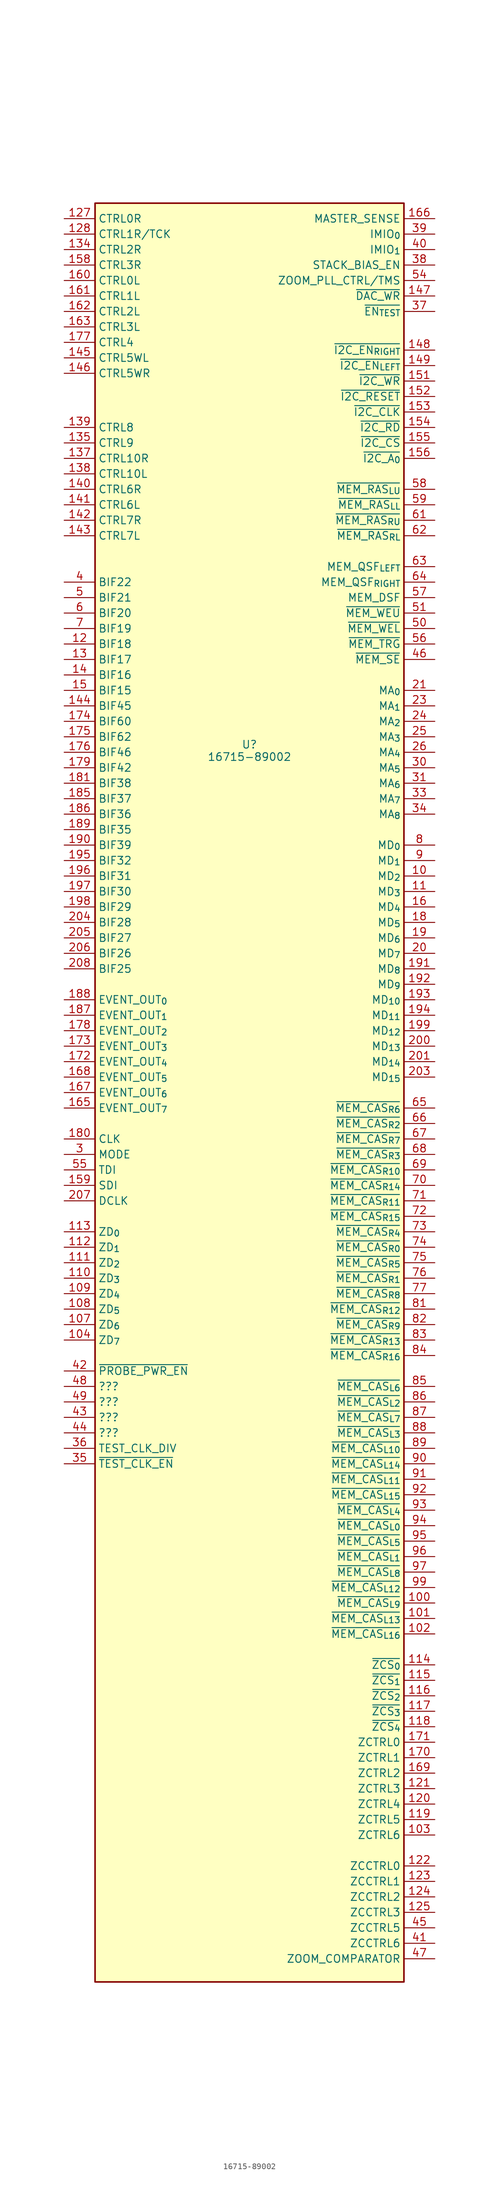
<source format=kicad_sym>
(kicad_symbol_lib
  (version 20231120)
  (generator "kicad_symbol_editor")
  (generator_version "8.0")
  (symbol "16715-89002"
    (property "Reference" "U"
      (at 0 0 0)
      (effects (font (size 1.27 1.27))))
    (property "Value" "16715-89002"
      (at 0 -2.032 0)
      (effects (font (size 1.27 1.27))))
    (symbol "16715-89002_1_1"
      (rectangle (start -25.4 88.9) (end 25.4 -203.2) (stroke (width 0.254) (type default)) (fill (type background)))
      (pin power_in line (at -30.48 -170.18 0) (length 5.08) hide (name "GND" (effects (font (size 1.27 1.27)))) (number "1" (effects (font (size 1.27 1.27)))))
      (pin bidirectional line (at 30.48 -21.59 180) (length 5.08) (name "MD_{2}" (effects (font (size 1.27 1.27)))) (number "10" (effects (font (size 1.27 1.27)))))
      (pin output line (at 30.48 -140.97 180) (length 5.08) (name "~{MEM_CAS_{L9}}" (effects (font (size 1.27 1.27)))) (number "100" (effects (font (size 1.27 1.27)))))
      (pin output line (at 30.48 -143.51 180) (length 5.08) (name "~{MEM_CAS_{L13}}" (effects (font (size 1.27 1.27)))) (number "101" (effects (font (size 1.27 1.27)))))
      (pin output line (at 30.48 -146.05 180) (length 5.08) (name "~{MEM_CAS_{L16}}" (effects (font (size 1.27 1.27)))) (number "102" (effects (font (size 1.27 1.27)))))
      (pin output line (at 30.48 -179.07 180) (length 5.08) (name "ZCTRL6" (effects (font (size 1.27 1.27)))) (number "103" (effects (font (size 1.27 1.27)))))
      (pin bidirectional line (at -30.48 -97.79 0) (length 5.08) (name "ZD_{7}" (effects (font (size 1.27 1.27)))) (number "104" (effects (font (size 1.27 1.27)))))
      (pin power_in line (at -30.48 -185.42 0) (length 5.08) hide (name "GND" (effects (font (size 1.27 1.27)))) (number "105" (effects (font (size 1.27 1.27)))))
      (pin power_in line (at -30.48 -144.78 0) (length 5.08) hide (name "+5V" (effects (font (size 1.27 1.27)))) (number "106" (effects (font (size 1.27 1.27)))))
      (pin bidirectional line (at -30.48 -95.25 0) (length 5.08) (name "ZD_{6}" (effects (font (size 1.27 1.27)))) (number "107" (effects (font (size 1.27 1.27)))))
      (pin bidirectional line (at -30.48 -92.71 0) (length 5.08) (name "ZD_{5}" (effects (font (size 1.27 1.27)))) (number "108" (effects (font (size 1.27 1.27)))))
      (pin bidirectional line (at -30.48 -90.17 0) (length 5.08) (name "ZD_{4}" (effects (font (size 1.27 1.27)))) (number "109" (effects (font (size 1.27 1.27)))))
      (pin bidirectional line (at 30.48 -24.13 180) (length 5.08) (name "MD_{3}" (effects (font (size 1.27 1.27)))) (number "11" (effects (font (size 1.27 1.27)))))
      (pin bidirectional line (at -30.48 -87.63 0) (length 5.08) (name "ZD_{3}" (effects (font (size 1.27 1.27)))) (number "110" (effects (font (size 1.27 1.27)))))
      (pin bidirectional line (at -30.48 -85.09 0) (length 5.08) (name "ZD_{2}" (effects (font (size 1.27 1.27)))) (number "111" (effects (font (size 1.27 1.27)))))
      (pin bidirectional line (at -30.48 -82.55 0) (length 5.08) (name "ZD_{1}" (effects (font (size 1.27 1.27)))) (number "112" (effects (font (size 1.27 1.27)))))
      (pin bidirectional line (at -30.48 -80.01 0) (length 5.08) (name "ZD_{0}" (effects (font (size 1.27 1.27)))) (number "113" (effects (font (size 1.27 1.27)))))
      (pin output line (at 30.48 -151.13 180) (length 5.08) (name "~{ZCS_{0}}" (effects (font (size 1.27 1.27)))) (number "114" (effects (font (size 1.27 1.27)))))
      (pin output line (at 30.48 -153.67 180) (length 5.08) (name "~{ZCS_{1}}" (effects (font (size 1.27 1.27)))) (number "115" (effects (font (size 1.27 1.27)))))
      (pin output line (at 30.48 -156.21 180) (length 5.08) (name "~{ZCS_{2}}" (effects (font (size 1.27 1.27)))) (number "116" (effects (font (size 1.27 1.27)))))
      (pin output line (at 30.48 -158.75 180) (length 5.08) (name "~{ZCS_{3}}" (effects (font (size 1.27 1.27)))) (number "117" (effects (font (size 1.27 1.27)))))
      (pin output line (at 30.48 -161.29 180) (length 5.08) (name "~{ZCS_{4}}" (effects (font (size 1.27 1.27)))) (number "118" (effects (font (size 1.27 1.27)))))
      (pin output line (at 30.48 -176.53 180) (length 5.08) (name "ZCTRL5" (effects (font (size 1.27 1.27)))) (number "119" (effects (font (size 1.27 1.27)))))
      (pin bidirectional line (at -30.48 16.51 0) (length 5.08) (name "BIF18" (effects (font (size 1.27 1.27)))) (number "12" (effects (font (size 1.27 1.27)))))
      (pin output line (at 30.48 -173.99 180) (length 5.08) (name "ZCTRL4" (effects (font (size 1.27 1.27)))) (number "120" (effects (font (size 1.27 1.27)))))
      (pin output line (at 30.48 -171.45 180) (length 5.08) (name "ZCTRL3" (effects (font (size 1.27 1.27)))) (number "121" (effects (font (size 1.27 1.27)))))
      (pin output line (at 30.48 -184.15 180) (length 5.08) (name "ZCCTRL0" (effects (font (size 1.27 1.27)))) (number "122" (effects (font (size 1.27 1.27)))))
      (pin output line (at 30.48 -186.69 180) (length 5.08) (name "ZCCTRL1" (effects (font (size 1.27 1.27)))) (number "123" (effects (font (size 1.27 1.27)))))
      (pin output line (at 30.48 -189.23 180) (length 5.08) (name "ZCCTRL2" (effects (font (size 1.27 1.27)))) (number "124" (effects (font (size 1.27 1.27)))))
      (pin output line (at 30.48 -191.77 180) (length 5.08) (name "ZCCTRL3" (effects (font (size 1.27 1.27)))) (number "125" (effects (font (size 1.27 1.27)))))
      (pin power_in line (at -30.48 -187.96 0) (length 5.08) hide (name "GND" (effects (font (size 1.27 1.27)))) (number "126" (effects (font (size 1.27 1.27)))))
      (pin passive line (at -30.48 86.36 0) (length 5.08) (name "CTRL0R" (effects (font (size 1.27 1.27)))) (number "127" (effects (font (size 1.27 1.27)))))
      (pin passive line (at -30.48 83.82 0) (length 5.08) (name "CTRL1R/TCK" (effects (font (size 1.27 1.27)))) (number "128" (effects (font (size 1.27 1.27)))))
      (pin power_in line (at -30.48 -190.5 0) (length 5.08) hide (name "GND" (effects (font (size 1.27 1.27)))) (number "129" (effects (font (size 1.27 1.27)))))
      (pin bidirectional line (at -30.48 13.97 0) (length 5.08) (name "BIF17" (effects (font (size 1.27 1.27)))) (number "13" (effects (font (size 1.27 1.27)))))
      (pin power_in line (at -30.48 -147.32 0) (length 5.08) hide (name "+5V" (effects (font (size 1.27 1.27)))) (number "130" (effects (font (size 1.27 1.27)))))
      (pin power_in line (at -30.48 -193.04 0) (length 5.08) hide (name "GND" (effects (font (size 1.27 1.27)))) (number "131" (effects (font (size 1.27 1.27)))))
      (pin power_in line (at -30.48 -149.86 0) (length 5.08) hide (name "+5V" (effects (font (size 1.27 1.27)))) (number "132" (effects (font (size 1.27 1.27)))))
      (pin power_in line (at -30.48 -152.4 0) (length 5.08) hide (name "+5V" (effects (font (size 1.27 1.27)))) (number "133" (effects (font (size 1.27 1.27)))))
      (pin passive line (at -30.48 81.28 0) (length 5.08) (name "CTRL2R" (effects (font (size 1.27 1.27)))) (number "134" (effects (font (size 1.27 1.27)))))
      (pin output line (at -30.48 49.53 0) (length 5.08) (name "CTRL9" (effects (font (size 1.27 1.27)))) (number "135" (effects (font (size 1.27 1.27)))))
      (pin power_in line (at -30.48 -154.94 0) (length 5.08) hide (name "+5V" (effects (font (size 1.27 1.27)))) (number "136" (effects (font (size 1.27 1.27)))))
      (pin output line (at -30.48 46.99 0) (length 5.08) (name "CTRL10R" (effects (font (size 1.27 1.27)))) (number "137" (effects (font (size 1.27 1.27)))))
      (pin output line (at -30.48 44.45 0) (length 5.08) (name "CTRL10L" (effects (font (size 1.27 1.27)))) (number "138" (effects (font (size 1.27 1.27)))))
      (pin output line (at -30.48 52.07 0) (length 5.08) (name "CTRL8" (effects (font (size 1.27 1.27)))) (number "139" (effects (font (size 1.27 1.27)))))
      (pin bidirectional line (at -30.48 11.43 0) (length 5.08) (name "BIF16" (effects (font (size 1.27 1.27)))) (number "14" (effects (font (size 1.27 1.27)))))
      (pin output line (at -30.48 41.91 0) (length 5.08) (name "CTRL6R" (effects (font (size 1.27 1.27)))) (number "140" (effects (font (size 1.27 1.27)))))
      (pin output line (at -30.48 39.37 0) (length 5.08) (name "CTRL6L" (effects (font (size 1.27 1.27)))) (number "141" (effects (font (size 1.27 1.27)))))
      (pin output line (at -30.48 36.83 0) (length 5.08) (name "CTRL7R" (effects (font (size 1.27 1.27)))) (number "142" (effects (font (size 1.27 1.27)))))
      (pin output line (at -30.48 34.29 0) (length 5.08) (name "CTRL7L" (effects (font (size 1.27 1.27)))) (number "143" (effects (font (size 1.27 1.27)))))
      (pin bidirectional line (at -30.48 6.35 0) (length 5.08) (name "BIF45" (effects (font (size 1.27 1.27)))) (number "144" (effects (font (size 1.27 1.27)))))
      (pin passive line (at -30.48 63.5 0) (length 5.08) (name "CTRL5WL" (effects (font (size 1.27 1.27)))) (number "145" (effects (font (size 1.27 1.27)))))
      (pin passive line (at -30.48 60.96 0) (length 5.08) (name "CTRL5WR" (effects (font (size 1.27 1.27)))) (number "146" (effects (font (size 1.27 1.27)))))
      (pin output line (at 30.48 73.66 180) (length 5.08) (name "~{DAC_WR}" (effects (font (size 1.27 1.27)))) (number "147" (effects (font (size 1.27 1.27)))))
      (pin output line (at 30.48 64.77 180) (length 5.08) (name "~{I2C_EN_{RIGHT}}" (effects (font (size 1.27 1.27)))) (number "148" (effects (font (size 1.27 1.27)))))
      (pin output line (at 30.48 62.23 180) (length 5.08) (name "~{I2C_EN_{LEFT}}" (effects (font (size 1.27 1.27)))) (number "149" (effects (font (size 1.27 1.27)))))
      (pin bidirectional line (at -30.48 8.89 0) (length 5.08) (name "BIF15" (effects (font (size 1.27 1.27)))) (number "15" (effects (font (size 1.27 1.27)))))
      (pin power_in line (at -30.48 -195.58 0) (length 5.08) hide (name "GND" (effects (font (size 1.27 1.27)))) (number "150" (effects (font (size 1.27 1.27)))))
      (pin output line (at 30.48 59.69 180) (length 5.08) (name "~{I2C_WR}" (effects (font (size 1.27 1.27)))) (number "151" (effects (font (size 1.27 1.27)))))
      (pin open_collector line (at 30.48 57.15 180) (length 5.08) (name "~{I2C_RESET}" (effects (font (size 1.27 1.27)))) (number "152" (effects (font (size 1.27 1.27)))))
      (pin output line (at 30.48 54.61 180) (length 5.08) (name "~{I2C_CLK}" (effects (font (size 1.27 1.27)))) (number "153" (effects (font (size 1.27 1.27)))))
      (pin output line (at 30.48 52.07 180) (length 5.08) (name "~{I2C_RD}" (effects (font (size 1.27 1.27)))) (number "154" (effects (font (size 1.27 1.27)))))
      (pin output line (at 30.48 49.53 180) (length 5.08) (name "~{I2C_CS}" (effects (font (size 1.27 1.27)))) (number "155" (effects (font (size 1.27 1.27)))))
      (pin output line (at 30.48 46.99 180) (length 5.08) (name "~{I2C_A_{0}}" (effects (font (size 1.27 1.27)))) (number "156" (effects (font (size 1.27 1.27)))))
      (pin power_in line (at -30.48 -198.12 0) (length 5.08) hide (name "GND" (effects (font (size 1.27 1.27)))) (number "157" (effects (font (size 1.27 1.27)))))
      (pin passive line (at -30.48 78.74 0) (length 5.08) (name "CTRL3R" (effects (font (size 1.27 1.27)))) (number "158" (effects (font (size 1.27 1.27)))))
      (pin passive line (at -30.48 -72.39 0) (length 5.08) (name "SDI" (effects (font (size 1.27 1.27)))) (number "159" (effects (font (size 1.27 1.27)))))
      (pin bidirectional line (at 30.48 -26.67 180) (length 5.08) (name "MD_{4}" (effects (font (size 1.27 1.27)))) (number "16" (effects (font (size 1.27 1.27)))))
      (pin passive line (at -30.48 76.2 0) (length 5.08) (name "CTRL0L" (effects (font (size 1.27 1.27)))) (number "160" (effects (font (size 1.27 1.27)))))
      (pin passive line (at -30.48 73.66 0) (length 5.08) (name "CTRL1L" (effects (font (size 1.27 1.27)))) (number "161" (effects (font (size 1.27 1.27)))))
      (pin passive line (at -30.48 71.12 0) (length 5.08) (name "CTRL2L" (effects (font (size 1.27 1.27)))) (number "162" (effects (font (size 1.27 1.27)))))
      (pin passive line (at -30.48 68.58 0) (length 5.08) (name "CTRL3L" (effects (font (size 1.27 1.27)))) (number "163" (effects (font (size 1.27 1.27)))))
      (pin power_in line (at -30.48 -157.48 0) (length 5.08) hide (name "+5V" (effects (font (size 1.27 1.27)))) (number "164" (effects (font (size 1.27 1.27)))))
      (pin output line (at -30.48 -59.69 0) (length 5.08) (name "EVENT_OUT_{7}" (effects (font (size 1.27 1.27)))) (number "165" (effects (font (size 1.27 1.27)))))
      (pin input line (at 30.48 86.36 180) (length 5.08) (name "MASTER_SENSE" (effects (font (size 1.27 1.27)))) (number "166" (effects (font (size 1.27 1.27)))))
      (pin output line (at -30.48 -57.15 0) (length 5.08) (name "EVENT_OUT_{6}" (effects (font (size 1.27 1.27)))) (number "167" (effects (font (size 1.27 1.27)))))
      (pin output line (at -30.48 -54.61 0) (length 5.08) (name "EVENT_OUT_{5}" (effects (font (size 1.27 1.27)))) (number "168" (effects (font (size 1.27 1.27)))))
      (pin output line (at 30.48 -168.91 180) (length 5.08) (name "ZCTRL2" (effects (font (size 1.27 1.27)))) (number "169" (effects (font (size 1.27 1.27)))))
      (pin power_in line (at -30.48 -124.46 0) (length 5.08) hide (name "+5V" (effects (font (size 1.27 1.27)))) (number "17" (effects (font (size 1.27 1.27)))))
      (pin output line (at 30.48 -166.37 180) (length 5.08) (name "ZCTRL1" (effects (font (size 1.27 1.27)))) (number "170" (effects (font (size 1.27 1.27)))))
      (pin output line (at 30.48 -163.83 180) (length 5.08) (name "ZCTRL0" (effects (font (size 1.27 1.27)))) (number "171" (effects (font (size 1.27 1.27)))))
      (pin output line (at -30.48 -52.07 0) (length 5.08) (name "EVENT_OUT_{4}" (effects (font (size 1.27 1.27)))) (number "172" (effects (font (size 1.27 1.27)))))
      (pin output line (at -30.48 -49.53 0) (length 5.08) (name "EVENT_OUT_{3}" (effects (font (size 1.27 1.27)))) (number "173" (effects (font (size 1.27 1.27)))))
      (pin bidirectional line (at -30.48 3.81 0) (length 5.08) (name "BIF60" (effects (font (size 1.27 1.27)))) (number "174" (effects (font (size 1.27 1.27)))))
      (pin bidirectional line (at -30.48 1.27 0) (length 5.08) (name "BIF62" (effects (font (size 1.27 1.27)))) (number "175" (effects (font (size 1.27 1.27)))))
      (pin bidirectional line (at -30.48 -1.27 0) (length 5.08) (name "BIF46" (effects (font (size 1.27 1.27)))) (number "176" (effects (font (size 1.27 1.27)))))
      (pin output line (at -30.48 66.04 0) (length 5.08) (name "CTRL4" (effects (font (size 1.27 1.27)))) (number "177" (effects (font (size 1.27 1.27)))))
      (pin output line (at -30.48 -46.99 0) (length 5.08) (name "EVENT_OUT_{2}" (effects (font (size 1.27 1.27)))) (number "178" (effects (font (size 1.27 1.27)))))
      (pin bidirectional line (at -30.48 -3.81 0) (length 5.08) (name "BIF42" (effects (font (size 1.27 1.27)))) (number "179" (effects (font (size 1.27 1.27)))))
      (pin bidirectional line (at 30.48 -29.21 180) (length 5.08) (name "MD_{5}" (effects (font (size 1.27 1.27)))) (number "18" (effects (font (size 1.27 1.27)))))
      (pin input line (at -30.48 -64.77 0) (length 5.08) (name "CLK" (effects (font (size 1.27 1.27)))) (number "180" (effects (font (size 1.27 1.27)))))
      (pin bidirectional line (at -30.48 -6.35 0) (length 5.08) (name "BIF38" (effects (font (size 1.27 1.27)))) (number "181" (effects (font (size 1.27 1.27)))))
      (pin power_in line (at -30.48 -160.02 0) (length 5.08) hide (name "+5V" (effects (font (size 1.27 1.27)))) (number "182" (effects (font (size 1.27 1.27)))))
      (pin power_in line (at -30.48 -162.56 0) (length 5.08) hide (name "+5V" (effects (font (size 1.27 1.27)))) (number "183" (effects (font (size 1.27 1.27)))))
      (pin power_in line (at -30.48 -200.66 0) (length 5.08) hide (name "GND" (effects (font (size 1.27 1.27)))) (number "184" (effects (font (size 1.27 1.27)))))
      (pin bidirectional line (at -30.48 -8.89 0) (length 5.08) (name "BIF37" (effects (font (size 1.27 1.27)))) (number "185" (effects (font (size 1.27 1.27)))))
      (pin bidirectional line (at -30.48 -11.43 0) (length 5.08) (name "BIF36" (effects (font (size 1.27 1.27)))) (number "186" (effects (font (size 1.27 1.27)))))
      (pin output line (at -30.48 -44.45 0) (length 5.08) (name "EVENT_OUT_{1}" (effects (font (size 1.27 1.27)))) (number "187" (effects (font (size 1.27 1.27)))))
      (pin output line (at -30.48 -41.91 0) (length 5.08) (name "EVENT_OUT_{0}" (effects (font (size 1.27 1.27)))) (number "188" (effects (font (size 1.27 1.27)))))
      (pin bidirectional line (at -30.48 -13.97 0) (length 5.08) (name "BIF35" (effects (font (size 1.27 1.27)))) (number "189" (effects (font (size 1.27 1.27)))))
      (pin bidirectional line (at 30.48 -31.75 180) (length 5.08) (name "MD_{6}" (effects (font (size 1.27 1.27)))) (number "19" (effects (font (size 1.27 1.27)))))
      (pin bidirectional line (at -30.48 -16.51 0) (length 5.08) (name "BIF39" (effects (font (size 1.27 1.27)))) (number "190" (effects (font (size 1.27 1.27)))))
      (pin bidirectional line (at 30.48 -36.83 180) (length 5.08) (name "MD_{8}" (effects (font (size 1.27 1.27)))) (number "191" (effects (font (size 1.27 1.27)))))
      (pin bidirectional line (at 30.48 -39.37 180) (length 5.08) (name "MD_{9}" (effects (font (size 1.27 1.27)))) (number "192" (effects (font (size 1.27 1.27)))))
      (pin bidirectional line (at 30.48 -41.91 180) (length 5.08) (name "MD_{10}" (effects (font (size 1.27 1.27)))) (number "193" (effects (font (size 1.27 1.27)))))
      (pin bidirectional line (at 30.48 -44.45 180) (length 5.08) (name "MD_{11}" (effects (font (size 1.27 1.27)))) (number "194" (effects (font (size 1.27 1.27)))))
      (pin bidirectional line (at -30.48 -19.05 0) (length 5.08) (name "BIF32" (effects (font (size 1.27 1.27)))) (number "195" (effects (font (size 1.27 1.27)))))
      (pin bidirectional line (at -30.48 -21.59 0) (length 5.08) (name "BIF31" (effects (font (size 1.27 1.27)))) (number "196" (effects (font (size 1.27 1.27)))))
      (pin bidirectional line (at -30.48 -24.13 0) (length 5.08) (name "BIF30" (effects (font (size 1.27 1.27)))) (number "197" (effects (font (size 1.27 1.27)))))
      (pin bidirectional line (at -30.48 -26.67 0) (length 5.08) (name "BIF29" (effects (font (size 1.27 1.27)))) (number "198" (effects (font (size 1.27 1.27)))))
      (pin bidirectional line (at 30.48 -46.99 180) (length 5.08) (name "MD_{12}" (effects (font (size 1.27 1.27)))) (number "199" (effects (font (size 1.27 1.27)))))
      (pin power_in line (at -30.48 -121.92 0) (length 5.08) hide (name "+5V" (effects (font (size 1.27 1.27)))) (number "2" (effects (font (size 1.27 1.27)))))
      (pin bidirectional line (at 30.48 -34.29 180) (length 5.08) (name "MD_{7}" (effects (font (size 1.27 1.27)))) (number "20" (effects (font (size 1.27 1.27)))))
      (pin bidirectional line (at 30.48 -49.53 180) (length 5.08) (name "MD_{13}" (effects (font (size 1.27 1.27)))) (number "200" (effects (font (size 1.27 1.27)))))
      (pin bidirectional line (at 30.48 -52.07 180) (length 5.08) (name "MD_{14}" (effects (font (size 1.27 1.27)))) (number "201" (effects (font (size 1.27 1.27)))))
      (pin power_in line (at -30.48 -165.1 0) (length 5.08) hide (name "+5V" (effects (font (size 1.27 1.27)))) (number "202" (effects (font (size 1.27 1.27)))))
      (pin bidirectional line (at 30.48 -54.61 180) (length 5.08) (name "MD_{15}" (effects (font (size 1.27 1.27)))) (number "203" (effects (font (size 1.27 1.27)))))
      (pin bidirectional line (at -30.48 -29.21 0) (length 5.08) (name "BIF28" (effects (font (size 1.27 1.27)))) (number "204" (effects (font (size 1.27 1.27)))))
      (pin bidirectional line (at -30.48 -31.75 0) (length 5.08) (name "BIF27" (effects (font (size 1.27 1.27)))) (number "205" (effects (font (size 1.27 1.27)))))
      (pin bidirectional line (at -30.48 -34.29 0) (length 5.08) (name "BIF26" (effects (font (size 1.27 1.27)))) (number "206" (effects (font (size 1.27 1.27)))))
      (pin passive line (at -30.48 -74.93 0) (length 5.08) (name "DCLK" (effects (font (size 1.27 1.27)))) (number "207" (effects (font (size 1.27 1.27)))))
      (pin bidirectional line (at -30.48 -36.83 0) (length 5.08) (name "BIF25" (effects (font (size 1.27 1.27)))) (number "208" (effects (font (size 1.27 1.27)))))
      (pin output line (at 30.48 8.89 180) (length 5.08) (name "MA_{0}" (effects (font (size 1.27 1.27)))) (number "21" (effects (font (size 1.27 1.27)))))
      (pin power_in line (at -30.48 -172.72 0) (length 5.08) hide (name "GND" (effects (font (size 1.27 1.27)))) (number "22" (effects (font (size 1.27 1.27)))))
      (pin output line (at 30.48 6.35 180) (length 5.08) (name "MA_{1}" (effects (font (size 1.27 1.27)))) (number "23" (effects (font (size 1.27 1.27)))))
      (pin output line (at 30.48 3.81 180) (length 5.08) (name "MA_{2}" (effects (font (size 1.27 1.27)))) (number "24" (effects (font (size 1.27 1.27)))))
      (pin output line (at 30.48 1.27 180) (length 5.08) (name "MA_{3}" (effects (font (size 1.27 1.27)))) (number "25" (effects (font (size 1.27 1.27)))))
      (pin output line (at 30.48 -1.27 180) (length 5.08) (name "MA_{4}" (effects (font (size 1.27 1.27)))) (number "26" (effects (font (size 1.27 1.27)))))
      (pin power_in line (at -30.48 -175.26 0) (length 5.08) hide (name "GND" (effects (font (size 1.27 1.27)))) (number "27" (effects (font (size 1.27 1.27)))))
      (pin power_in line (at -30.48 -127 0) (length 5.08) hide (name "+5V" (effects (font (size 1.27 1.27)))) (number "28" (effects (font (size 1.27 1.27)))))
      (pin power_in line (at -30.48 -129.54 0) (length 5.08) hide (name "+5V" (effects (font (size 1.27 1.27)))) (number "29" (effects (font (size 1.27 1.27)))))
      (pin input line (at -30.48 -67.31 0) (length 5.08) (name "MODE" (effects (font (size 1.27 1.27)))) (number "3" (effects (font (size 1.27 1.27)))))
      (pin output line (at 30.48 -3.81 180) (length 5.08) (name "MA_{5}" (effects (font (size 1.27 1.27)))) (number "30" (effects (font (size 1.27 1.27)))))
      (pin output line (at 30.48 -6.35 180) (length 5.08) (name "MA_{6}" (effects (font (size 1.27 1.27)))) (number "31" (effects (font (size 1.27 1.27)))))
      (pin power_in line (at -30.48 -132.08 0) (length 5.08) hide (name "+5V" (effects (font (size 1.27 1.27)))) (number "32" (effects (font (size 1.27 1.27)))))
      (pin output line (at 30.48 -8.89 180) (length 5.08) (name "MA_{7}" (effects (font (size 1.27 1.27)))) (number "33" (effects (font (size 1.27 1.27)))))
      (pin output line (at 30.48 -11.43 180) (length 5.08) (name "MA_{8}" (effects (font (size 1.27 1.27)))) (number "34" (effects (font (size 1.27 1.27)))))
      (pin output line (at -30.48 -118.11 0) (length 5.08) (name "~{TEST_CLK_EN}" (effects (font (size 1.27 1.27)))) (number "35" (effects (font (size 1.27 1.27)))))
      (pin output line (at -30.48 -115.57 0) (length 5.08) (name "TEST_CLK_DIV" (effects (font (size 1.27 1.27)))) (number "36" (effects (font (size 1.27 1.27)))))
      (pin output line (at 30.48 71.12 180) (length 5.08) (name "~{EN_{TEST}}" (effects (font (size 1.27 1.27)))) (number "37" (effects (font (size 1.27 1.27)))))
      (pin output line (at 30.48 78.74 180) (length 5.08) (name "STACK_BIAS_EN" (effects (font (size 1.27 1.27)))) (number "38" (effects (font (size 1.27 1.27)))))
      (pin bidirectional line (at 30.48 83.82 180) (length 5.08) (name "IMIO_{0}" (effects (font (size 1.27 1.27)))) (number "39" (effects (font (size 1.27 1.27)))))
      (pin bidirectional line (at -30.48 26.67 0) (length 5.08) (name "BIF22" (effects (font (size 1.27 1.27)))) (number "4" (effects (font (size 1.27 1.27)))))
      (pin bidirectional line (at 30.48 81.28 180) (length 5.08) (name "IMIO_{1}" (effects (font (size 1.27 1.27)))) (number "40" (effects (font (size 1.27 1.27)))))
      (pin output line (at 30.48 -196.85 180) (length 5.08) (name "ZCCTRL6" (effects (font (size 1.27 1.27)))) (number "41" (effects (font (size 1.27 1.27)))))
      (pin output line (at -30.48 -102.87 0) (length 5.08) (name "~{PROBE_PWR_EN}" (effects (font (size 1.27 1.27)))) (number "42" (effects (font (size 1.27 1.27)))))
      (pin passive line (at -30.48 -110.49 0) (length 5.08) (name "???" (effects (font (size 1.27 1.27)))) (number "43" (effects (font (size 1.27 1.27)))))
      (pin passive line (at -30.48 -113.03 0) (length 5.08) (name "???" (effects (font (size 1.27 1.27)))) (number "44" (effects (font (size 1.27 1.27)))))
      (pin output line (at 30.48 -194.31 180) (length 5.08) (name "ZCCTRL5" (effects (font (size 1.27 1.27)))) (number "45" (effects (font (size 1.27 1.27)))))
      (pin output line (at 30.48 13.97 180) (length 5.08) (name "~{MEM_SE}" (effects (font (size 1.27 1.27)))) (number "46" (effects (font (size 1.27 1.27)))))
      (pin input line (at 30.48 -199.39 180) (length 5.08) (name "ZOOM_COMPARATOR" (effects (font (size 1.27 1.27)))) (number "47" (effects (font (size 1.27 1.27)))))
      (pin passive line (at -30.48 -105.41 0) (length 5.08) (name "???" (effects (font (size 1.27 1.27)))) (number "48" (effects (font (size 1.27 1.27)))))
      (pin passive line (at -30.48 -107.95 0) (length 5.08) (name "???" (effects (font (size 1.27 1.27)))) (number "49" (effects (font (size 1.27 1.27)))))
      (pin bidirectional line (at -30.48 24.13 0) (length 5.08) (name "BIF21" (effects (font (size 1.27 1.27)))) (number "5" (effects (font (size 1.27 1.27)))))
      (pin output line (at 30.48 19.05 180) (length 5.08) (name "~{MEM_WEL}" (effects (font (size 1.27 1.27)))) (number "50" (effects (font (size 1.27 1.27)))))
      (pin output line (at 30.48 21.59 180) (length 5.08) (name "~{MEM_WEU}" (effects (font (size 1.27 1.27)))) (number "51" (effects (font (size 1.27 1.27)))))
      (pin power_in line (at -30.48 -177.8 0) (length 5.08) hide (name "GND" (effects (font (size 1.27 1.27)))) (number "52" (effects (font (size 1.27 1.27)))))
      (pin power_in line (at -30.48 -180.34 0) (length 5.08) hide (name "GND" (effects (font (size 1.27 1.27)))) (number "53" (effects (font (size 1.27 1.27)))))
      (pin passive line (at 30.48 76.2 180) (length 5.08) (name "ZOOM_PLL_CTRL/TMS" (effects (font (size 1.27 1.27)))) (number "54" (effects (font (size 1.27 1.27)))))
      (pin input line (at -30.48 -69.85 0) (length 5.08) (name "TDI" (effects (font (size 1.27 1.27)))) (number "55" (effects (font (size 1.27 1.27)))))
      (pin output line (at 30.48 16.51 180) (length 5.08) (name "~{MEM_TRG}" (effects (font (size 1.27 1.27)))) (number "56" (effects (font (size 1.27 1.27)))))
      (pin output line (at 30.48 24.13 180) (length 5.08) (name "MEM_DSF" (effects (font (size 1.27 1.27)))) (number "57" (effects (font (size 1.27 1.27)))))
      (pin output line (at 30.48 41.91 180) (length 5.08) (name "~{MEM_RAS_{LU}}" (effects (font (size 1.27 1.27)))) (number "58" (effects (font (size 1.27 1.27)))))
      (pin output line (at 30.48 39.37 180) (length 5.08) (name "~{MEM_RAS_{LL}}" (effects (font (size 1.27 1.27)))) (number "59" (effects (font (size 1.27 1.27)))))
      (pin bidirectional line (at -30.48 21.59 0) (length 5.08) (name "BIF20" (effects (font (size 1.27 1.27)))) (number "6" (effects (font (size 1.27 1.27)))))
      (pin power_in line (at -30.48 -134.62 0) (length 5.08) hide (name "+5V" (effects (font (size 1.27 1.27)))) (number "60" (effects (font (size 1.27 1.27)))))
      (pin output line (at 30.48 36.83 180) (length 5.08) (name "~{MEM_RAS_{RU}}" (effects (font (size 1.27 1.27)))) (number "61" (effects (font (size 1.27 1.27)))))
      (pin output line (at 30.48 34.29 180) (length 5.08) (name "~{MEM_RAS_{RL}}" (effects (font (size 1.27 1.27)))) (number "62" (effects (font (size 1.27 1.27)))))
      (pin input line (at 30.48 29.21 180) (length 5.08) (name "MEM_QSF_{LEFT}" (effects (font (size 1.27 1.27)))) (number "63" (effects (font (size 1.27 1.27)))))
      (pin input line (at 30.48 26.67 180) (length 5.08) (name "MEM_QSF_{RIGHT}" (effects (font (size 1.27 1.27)))) (number "64" (effects (font (size 1.27 1.27)))))
      (pin output line (at 30.48 -59.69 180) (length 5.08) (name "~{MEM_CAS_{R6}}" (effects (font (size 1.27 1.27)))) (number "65" (effects (font (size 1.27 1.27)))))
      (pin output line (at 30.48 -62.23 180) (length 5.08) (name "~{MEM_CAS_{R2}}" (effects (font (size 1.27 1.27)))) (number "66" (effects (font (size 1.27 1.27)))))
      (pin output line (at 30.48 -64.77 180) (length 5.08) (name "~{MEM_CAS_{R7}}" (effects (font (size 1.27 1.27)))) (number "67" (effects (font (size 1.27 1.27)))))
      (pin output line (at 30.48 -67.31 180) (length 5.08) (name "~{MEM_CAS_{R3}}" (effects (font (size 1.27 1.27)))) (number "68" (effects (font (size 1.27 1.27)))))
      (pin output line (at 30.48 -69.85 180) (length 5.08) (name "~{MEM_CAS_{R10}}" (effects (font (size 1.27 1.27)))) (number "69" (effects (font (size 1.27 1.27)))))
      (pin bidirectional line (at -30.48 19.05 0) (length 5.08) (name "BIF19" (effects (font (size 1.27 1.27)))) (number "7" (effects (font (size 1.27 1.27)))))
      (pin output line (at 30.48 -72.39 180) (length 5.08) (name "~{MEM_CAS_{R14}}" (effects (font (size 1.27 1.27)))) (number "70" (effects (font (size 1.27 1.27)))))
      (pin output line (at 30.48 -74.93 180) (length 5.08) (name "~{MEM_CAS_{R11}}" (effects (font (size 1.27 1.27)))) (number "71" (effects (font (size 1.27 1.27)))))
      (pin output line (at 30.48 -77.47 180) (length 5.08) (name "~{MEM_CAS_{R15}}" (effects (font (size 1.27 1.27)))) (number "72" (effects (font (size 1.27 1.27)))))
      (pin output line (at 30.48 -80.01 180) (length 5.08) (name "~{MEM_CAS_{R4}}" (effects (font (size 1.27 1.27)))) (number "73" (effects (font (size 1.27 1.27)))))
      (pin output line (at 30.48 -82.55 180) (length 5.08) (name "~{MEM_CAS_{R0}}" (effects (font (size 1.27 1.27)))) (number "74" (effects (font (size 1.27 1.27)))))
      (pin output line (at 30.48 -85.09 180) (length 5.08) (name "~{MEM_CAS_{R5}}" (effects (font (size 1.27 1.27)))) (number "75" (effects (font (size 1.27 1.27)))))
      (pin output line (at 30.48 -87.63 180) (length 5.08) (name "~{MEM_CAS_{R1}}" (effects (font (size 1.27 1.27)))) (number "76" (effects (font (size 1.27 1.27)))))
      (pin output line (at 30.48 -90.17 180) (length 5.08) (name "~{MEM_CAS_{R8}}" (effects (font (size 1.27 1.27)))) (number "77" (effects (font (size 1.27 1.27)))))
      (pin power_in line (at -30.48 -182.88 0) (length 5.08) hide (name "GND" (effects (font (size 1.27 1.27)))) (number "78" (effects (font (size 1.27 1.27)))))
      (pin power_in line (at -30.48 -137.16 0) (length 5.08) hide (name "+5V" (effects (font (size 1.27 1.27)))) (number "79" (effects (font (size 1.27 1.27)))))
      (pin bidirectional line (at 30.48 -16.51 180) (length 5.08) (name "MD_{0}" (effects (font (size 1.27 1.27)))) (number "8" (effects (font (size 1.27 1.27)))))
      (pin power_in line (at -30.48 -139.7 0) (length 5.08) hide (name "+5V" (effects (font (size 1.27 1.27)))) (number "80" (effects (font (size 1.27 1.27)))))
      (pin output line (at 30.48 -92.71 180) (length 5.08) (name "~{MEM_CAS_{R12}}" (effects (font (size 1.27 1.27)))) (number "81" (effects (font (size 1.27 1.27)))))
      (pin output line (at 30.48 -95.25 180) (length 5.08) (name "~{MEM_CAS_{R9}}" (effects (font (size 1.27 1.27)))) (number "82" (effects (font (size 1.27 1.27)))))
      (pin output line (at 30.48 -97.79 180) (length 5.08) (name "~{MEM_CAS_{R13}}" (effects (font (size 1.27 1.27)))) (number "83" (effects (font (size 1.27 1.27)))))
      (pin output line (at 30.48 -100.33 180) (length 5.08) (name "~{MEM_CAS_{R16}}" (effects (font (size 1.27 1.27)))) (number "84" (effects (font (size 1.27 1.27)))))
      (pin output line (at 30.48 -105.41 180) (length 5.08) (name "~{MEM_CAS_{L6}}" (effects (font (size 1.27 1.27)))) (number "85" (effects (font (size 1.27 1.27)))))
      (pin output line (at 30.48 -107.95 180) (length 5.08) (name "~{MEM_CAS_{L2}}" (effects (font (size 1.27 1.27)))) (number "86" (effects (font (size 1.27 1.27)))))
      (pin output line (at 30.48 -110.49 180) (length 5.08) (name "~{MEM_CAS_{L7}}" (effects (font (size 1.27 1.27)))) (number "87" (effects (font (size 1.27 1.27)))))
      (pin output line (at 30.48 -113.03 180) (length 5.08) (name "~{MEM_CAS_{L3}}" (effects (font (size 1.27 1.27)))) (number "88" (effects (font (size 1.27 1.27)))))
      (pin output line (at 30.48 -115.57 180) (length 5.08) (name "~{MEM_CAS_{L10}}" (effects (font (size 1.27 1.27)))) (number "89" (effects (font (size 1.27 1.27)))))
      (pin bidirectional line (at 30.48 -19.05 180) (length 5.08) (name "MD_{1}" (effects (font (size 1.27 1.27)))) (number "9" (effects (font (size 1.27 1.27)))))
      (pin output line (at 30.48 -118.11 180) (length 5.08) (name "~{MEM_CAS_{L14}}" (effects (font (size 1.27 1.27)))) (number "90" (effects (font (size 1.27 1.27)))))
      (pin output line (at 30.48 -120.65 180) (length 5.08) (name "~{MEM_CAS_{L11}}" (effects (font (size 1.27 1.27)))) (number "91" (effects (font (size 1.27 1.27)))))
      (pin output line (at 30.48 -123.19 180) (length 5.08) (name "~{MEM_CAS_{L15}}" (effects (font (size 1.27 1.27)))) (number "92" (effects (font (size 1.27 1.27)))))
      (pin output line (at 30.48 -125.73 180) (length 5.08) (name "~{MEM_CAS_{L4}}" (effects (font (size 1.27 1.27)))) (number "93" (effects (font (size 1.27 1.27)))))
      (pin output line (at 30.48 -128.27 180) (length 5.08) (name "~{MEM_CAS_{L0}}" (effects (font (size 1.27 1.27)))) (number "94" (effects (font (size 1.27 1.27)))))
      (pin output line (at 30.48 -130.81 180) (length 5.08) (name "~{MEM_CAS_{L5}}" (effects (font (size 1.27 1.27)))) (number "95" (effects (font (size 1.27 1.27)))))
      (pin output line (at 30.48 -133.35 180) (length 5.08) (name "~{MEM_CAS_{L1}}" (effects (font (size 1.27 1.27)))) (number "96" (effects (font (size 1.27 1.27)))))
      (pin output line (at 30.48 -135.89 180) (length 5.08) (name "~{MEM_CAS_{L8}}" (effects (font (size 1.27 1.27)))) (number "97" (effects (font (size 1.27 1.27)))))
      (pin power_in line (at -30.48 -142.24 0) (length 5.08) hide (name "+5V" (effects (font (size 1.27 1.27)))) (number "98" (effects (font (size 1.27 1.27)))))
      (pin output line (at 30.48 -138.43 180) (length 5.08) (name "~{MEM_CAS_{L12}}" (effects (font (size 1.27 1.27)))) (number "99" (effects (font (size 1.27 1.27))))))))
</source>
